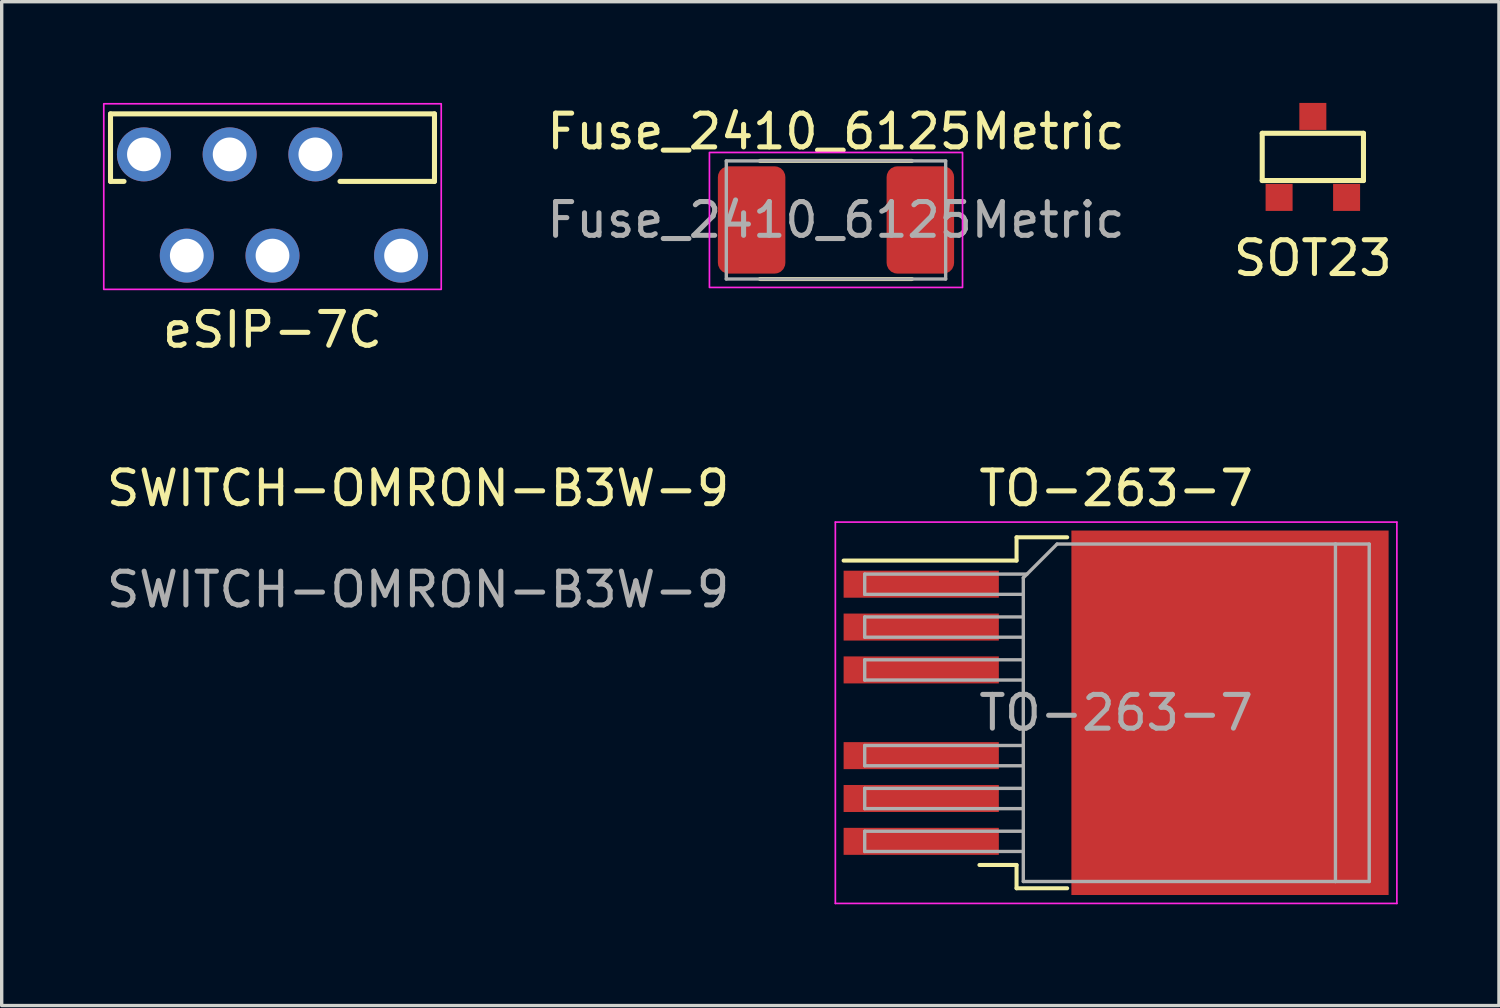
<source format=kicad_pcb>
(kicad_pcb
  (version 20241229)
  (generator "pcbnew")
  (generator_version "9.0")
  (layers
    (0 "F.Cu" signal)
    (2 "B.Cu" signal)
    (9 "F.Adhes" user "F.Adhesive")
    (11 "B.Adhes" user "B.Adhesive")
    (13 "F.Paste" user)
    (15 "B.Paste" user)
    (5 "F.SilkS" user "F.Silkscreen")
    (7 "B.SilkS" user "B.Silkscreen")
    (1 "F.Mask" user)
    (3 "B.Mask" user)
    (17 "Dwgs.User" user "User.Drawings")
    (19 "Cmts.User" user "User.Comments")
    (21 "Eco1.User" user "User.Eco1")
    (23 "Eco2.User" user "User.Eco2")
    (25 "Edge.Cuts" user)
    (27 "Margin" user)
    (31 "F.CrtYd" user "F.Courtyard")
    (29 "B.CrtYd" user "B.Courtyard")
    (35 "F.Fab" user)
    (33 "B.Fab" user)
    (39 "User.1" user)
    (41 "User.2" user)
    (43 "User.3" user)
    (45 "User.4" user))
  (footprint "eSIP-7C"
    (layer "F.Cu")
    (at 5.025 1.525)
    (property "Reference" "eSIP-7C" (at 0 5.2 0) (layer "F.SilkS") (effects (font (size 1 1) (thickness 0.15))))
    (attr through_hole)
    (fp_line (start -4.8 -1.2) (end -4.8 0.8) (stroke (width 0.15) (type solid)) (layer "F.SilkS"))
    (fp_line (start -4.8 -1.2) (end 4.8 -1.2) (stroke (width 0.15) (type solid)) (layer "F.SilkS"))
    (fp_line (start -4.8 0.8) (end -4.4 0.8) (stroke (width 0.15) (type solid)) (layer "F.SilkS"))
    (fp_line (start 4.8 -1.2) (end 4.8 0.8) (stroke (width 0.15) (type solid)) (layer "F.SilkS"))
    (fp_line (start 4.8 0.8) (end 2 0.8) (stroke (width 0.15) (type solid)) (layer "F.SilkS"))
    (fp_rect (start -5 -1.5) (end 5 4) (stroke (width 0.05) (type default)) (fill no) (layer "F.CrtYd"))
    (pad "1" thru_hole circle (at -3.81 0) (size 1.6 1.6) (drill 1) (layers "*.Cu" "*.Mask"))
    (pad "2" thru_hole circle (at -2.54 3) (size 1.6 1.6) (drill 1) (layers "*.Cu" "*.Mask"))
    (pad "3" thru_hole circle (at -1.27 0) (size 1.6 1.6) (drill 1) (layers "*.Cu" "*.Mask"))
    (pad "4" thru_hole circle (at 0 3) (size 1.6 1.6) (drill 1) (layers "*.Cu" "*.Mask"))
    (pad "5" thru_hole circle (at 1.27 0) (size 1.6 1.6) (drill 1) (layers "*.Cu" "*.Mask"))
    (pad "7" thru_hole circle (at 3.81 3) (size 1.6 1.6) (drill 1) (layers "*.Cu" "*.Mask")))
  (footprint "TO-263-7"
    (layer "F.Cu")
    (at 30.024 18.072)
    (property "Reference" "TO-263-7" (at 0 -6.65 0) (layer "F.SilkS") (effects (font (size 1 1) (thickness 0.15))))
    (attr smd)
    (fp_line (start -2.95 -5.2) (end -2.95 -4.51) (stroke (width 0.12) (type solid)) (layer "F.SilkS"))
    (fp_line (start -2.95 -4.51) (end -8.075 -4.51) (stroke (width 0.12) (type solid)) (layer "F.SilkS"))
    (fp_line (start -2.95 4.51) (end -4.05 4.51) (stroke (width 0.12) (type solid)) (layer "F.SilkS"))
    (fp_line (start -2.95 5.2) (end -2.95 4.51) (stroke (width 0.12) (type solid)) (layer "F.SilkS"))
    (fp_line (start -1.45 -5.2) (end -2.95 -5.2) (stroke (width 0.12) (type solid)) (layer "F.SilkS"))
    (fp_line (start -1.45 5.2) (end -2.95 5.2) (stroke (width 0.12) (type solid)) (layer "F.SilkS"))
    (fp_line (start -8.32 -5.65) (end -8.32 5.65) (stroke (width 0.05) (type solid)) (layer "F.CrtYd"))
    (fp_line (start -8.32 5.65) (end 8.32 5.65) (stroke (width 0.05) (type solid)) (layer "F.CrtYd"))
    (fp_line (start 8.32 -5.65) (end -8.32 -5.65) (stroke (width 0.05) (type solid)) (layer "F.CrtYd"))
    (fp_line (start 8.32 5.65) (end 8.32 -5.65) (stroke (width 0.05) (type solid)) (layer "F.CrtYd"))
    (fp_line (start -7.45 -4.11) (end -7.45 -3.51) (stroke (width 0.1) (type solid)) (layer "F.Fab"))
    (fp_line (start -7.45 -3.51) (end -2.75 -3.51) (stroke (width 0.1) (type solid)) (layer "F.Fab"))
    (fp_line (start -7.45 -2.84) (end -7.45 -2.24) (stroke (width 0.1) (type solid)) (layer "F.Fab"))
    (fp_line (start -7.45 -2.24) (end -2.75 -2.24) (stroke (width 0.1) (type solid)) (layer "F.Fab"))
    (fp_line (start -7.45 -1.57) (end -7.45 -0.97) (stroke (width 0.1) (type solid)) (layer "F.Fab"))
    (fp_line (start -7.45 -0.97) (end -2.75 -0.97) (stroke (width 0.1) (type solid)) (layer "F.Fab"))
    (fp_line (start -7.45 0.97) (end -7.45 1.57) (stroke (width 0.1) (type solid)) (layer "F.Fab"))
    (fp_line (start -7.45 1.57) (end -2.75 1.57) (stroke (width 0.1) (type solid)) (layer "F.Fab"))
    (fp_line (start -7.45 2.24) (end -7.45 2.84) (stroke (width 0.1) (type solid)) (layer "F.Fab"))
    (fp_line (start -7.45 2.84) (end -2.75 2.84) (stroke (width 0.1) (type solid)) (layer "F.Fab"))
    (fp_line (start -7.45 3.51) (end -7.45 4.11) (stroke (width 0.1) (type solid)) (layer "F.Fab"))
    (fp_line (start -7.45 4.11) (end -2.75 4.11) (stroke (width 0.1) (type solid)) (layer "F.Fab"))
    (fp_line (start -2.75 -4) (end -1.75 -5) (stroke (width 0.1) (type solid)) (layer "F.Fab"))
    (fp_line (start -2.75 -2.84) (end -7.45 -2.84) (stroke (width 0.1) (type solid)) (layer "F.Fab"))
    (fp_line (start -2.75 -1.57) (end -7.45 -1.57) (stroke (width 0.1) (type solid)) (layer "F.Fab"))
    (fp_line (start -2.75 0.97) (end -7.45 0.97) (stroke (width 0.1) (type solid)) (layer "F.Fab"))
    (fp_line (start -2.75 2.24) (end -7.45 2.24) (stroke (width 0.1) (type solid)) (layer "F.Fab"))
    (fp_line (start -2.75 3.51) (end -7.45 3.51) (stroke (width 0.1) (type solid)) (layer "F.Fab"))
    (fp_line (start -2.75 5) (end -2.75 -4) (stroke (width 0.1) (type solid)) (layer "F.Fab"))
    (fp_line (start -2.64 -4.11) (end -7.45 -4.11) (stroke (width 0.1) (type solid)) (layer "F.Fab"))
    (fp_line (start -1.75 -5) (end 6.5 -5) (stroke (width 0.1) (type solid)) (layer "F.Fab"))
    (fp_line (start 6.5 -5) (end 6.5 5) (stroke (width 0.1) (type solid)) (layer "F.Fab"))
    (fp_line (start 6.5 -5) (end 7.5 -5) (stroke (width 0.1) (type solid)) (layer "F.Fab"))
    (fp_line (start 6.5 5) (end -2.75 5) (stroke (width 0.1) (type solid)) (layer "F.Fab"))
    (fp_line (start 7.5 -5) (end 7.5 5) (stroke (width 0.1) (type solid)) (layer "F.Fab"))
    (fp_line (start 7.5 5) (end 6.5 5) (stroke (width 0.1) (type solid)) (layer "F.Fab"))
    (fp_text user "${REFERENCE}" (at 0 0 0) (layer "F.Fab") (effects (font (size 1 1) (thickness 0.15))))
    (pad "" smd rect (at 0.95 -2.775) (size 4.55 5.25) (layers "F.Paste"))
    (pad "" smd rect (at 0.95 2.775) (size 4.55 5.25) (layers "F.Paste"))
    (pad "" smd rect (at 5.8 -2.775) (size 4.55 5.25) (layers "F.Paste"))
    (pad "" smd rect (at 5.8 2.775) (size 4.55 5.25) (layers "F.Paste"))
    (pad "1" smd rect (at -5.775 -3.81) (size 4.6 0.8) (layers "F.Cu" "F.Mask" "F.Paste"))
    (pad "2" smd rect (at -5.775 -2.54) (size 4.6 0.8) (layers "F.Cu" "F.Mask" "F.Paste"))
    (pad "2" smd rect (at -5.775 -1.27) (size 4.6 0.8) (layers "F.Cu" "F.Mask" "F.Paste"))
    (pad "2" smd rect (at -5.775 1.27) (size 4.6 0.8) (layers "F.Cu" "F.Mask" "F.Paste"))
    (pad "2" smd rect (at -5.775 2.54) (size 4.6 0.8) (layers "F.Cu" "F.Mask" "F.Paste"))
    (pad "2" smd rect (at -5.775 3.81) (size 4.6 0.8) (layers "F.Cu" "F.Mask" "F.Paste"))
    (pad "3" smd rect (at 3.375 0) (size 9.4 10.8) (layers "F.Cu" "F.Mask")))
  (footprint "Fuse_2410_6125Metric"
    (layer "F.Cu")
    (at 21.723 3.468)
    (property "Reference" "Fuse_2410_6125Metric" (at 0 -2.62 0) (layer "F.SilkS") (effects (font (size 1 1) (thickness 0.15))))
    (attr smd)
    (fp_line (start -2.25 -1.75) (end 2.25 -1.75) (stroke (width 0.12) (type solid)) (layer "F.SilkS"))
    (fp_line (start -2.25 1.75) (end 2.25 1.75) (stroke (width 0.12) (type solid)) (layer "F.SilkS"))
    (fp_rect (start -3.75 -2) (end 3.75 2) (stroke (width 0.05) (type default)) (fill no) (layer "F.CrtYd"))
    (fp_line (start -3.25 -1.75) (end 3.25 -1.75) (stroke (width 0.1) (type solid)) (layer "F.Fab"))
    (fp_line (start -3.25 1.75) (end -3.25 -1.75) (stroke (width 0.1) (type solid)) (layer "F.Fab"))
    (fp_line (start 3.25 -1.75) (end 3.25 1.75) (stroke (width 0.1) (type solid)) (layer "F.Fab"))
    (fp_line (start 3.25 1.75) (end -3.25 1.75) (stroke (width 0.1) (type solid)) (layer "F.Fab"))
    (fp_text user "${REFERENCE}" (at 0 0 0) (layer "F.Fab") (effects (font (size 1 1) (thickness 0.15))))
    (pad "1" smd roundrect (at -2.5 0) (size 2 3.18) (layers "F.Cu" "F.Mask" "F.Paste") (roundrect_rratio 0.16))
    (pad "2" smd roundrect (at 2.5 0) (size 2 3.18) (layers "F.Cu" "F.Mask" "F.Paste") (roundrect_rratio 0.16)))
  (footprint "SWITCH-OMRON-B3W-9"
    (layer "F.Cu")
    (at 9.339 11.921)
    (property "Reference" "SWITCH-OMRON-B3W-9" (at 0 -0.5 0) (unlocked yes) (layer "F.SilkS") (effects (font (size 1 1) (thickness 0.15))))
    (attr smd)
    (fp_text user "${REFERENCE}" (at 0 2.5 0) (unlocked yes) (layer "F.Fab") (effects (font (size 1 1) (thickness 0.15)))))
  (footprint "SOT23"
    (layer "F.Cu")
    (at 35.854 1.6)
    (property "Reference" "SOT23" (at 0 3 0) (layer "F.SilkS") (effects (font (size 1 1) (thickness 0.15))))
    (attr through_hole)
    (fp_line (start -1.5 -0.7) (end 1.5 -0.7) (stroke (width 0.15) (type solid)) (layer "F.SilkS"))
    (fp_line (start -1.5 0.7) (end -1.5 -0.7) (stroke (width 0.15) (type solid)) (layer "F.SilkS"))
    (fp_line (start 1.5 -0.7) (end 1.5 0.7) (stroke (width 0.15) (type solid)) (layer "F.SilkS"))
    (fp_line (start 1.5 0.7) (end -1.5 0.7) (stroke (width 0.15) (type solid)) (layer "F.SilkS"))
    (pad "1" smd rect (at -1 1.2) (size 0.8 0.8) (layers "F.Cu" "F.Mask" "F.Paste"))
    (pad "2" smd rect (at 0 -1.2) (size 0.8 0.8) (layers "F.Cu" "F.Mask" "F.Paste"))
    (pad "3" smd rect (at 1 1.2) (size 0.8 0.8) (layers "F.Cu" "F.Mask" "F.Paste")))
  (gr_rect
    (start -3 -3)
    (end 41.369 26.747)
    (stroke (width 0.1) (type default))
    (fill no)
    (layer "Edge.Cuts")))
</source>
